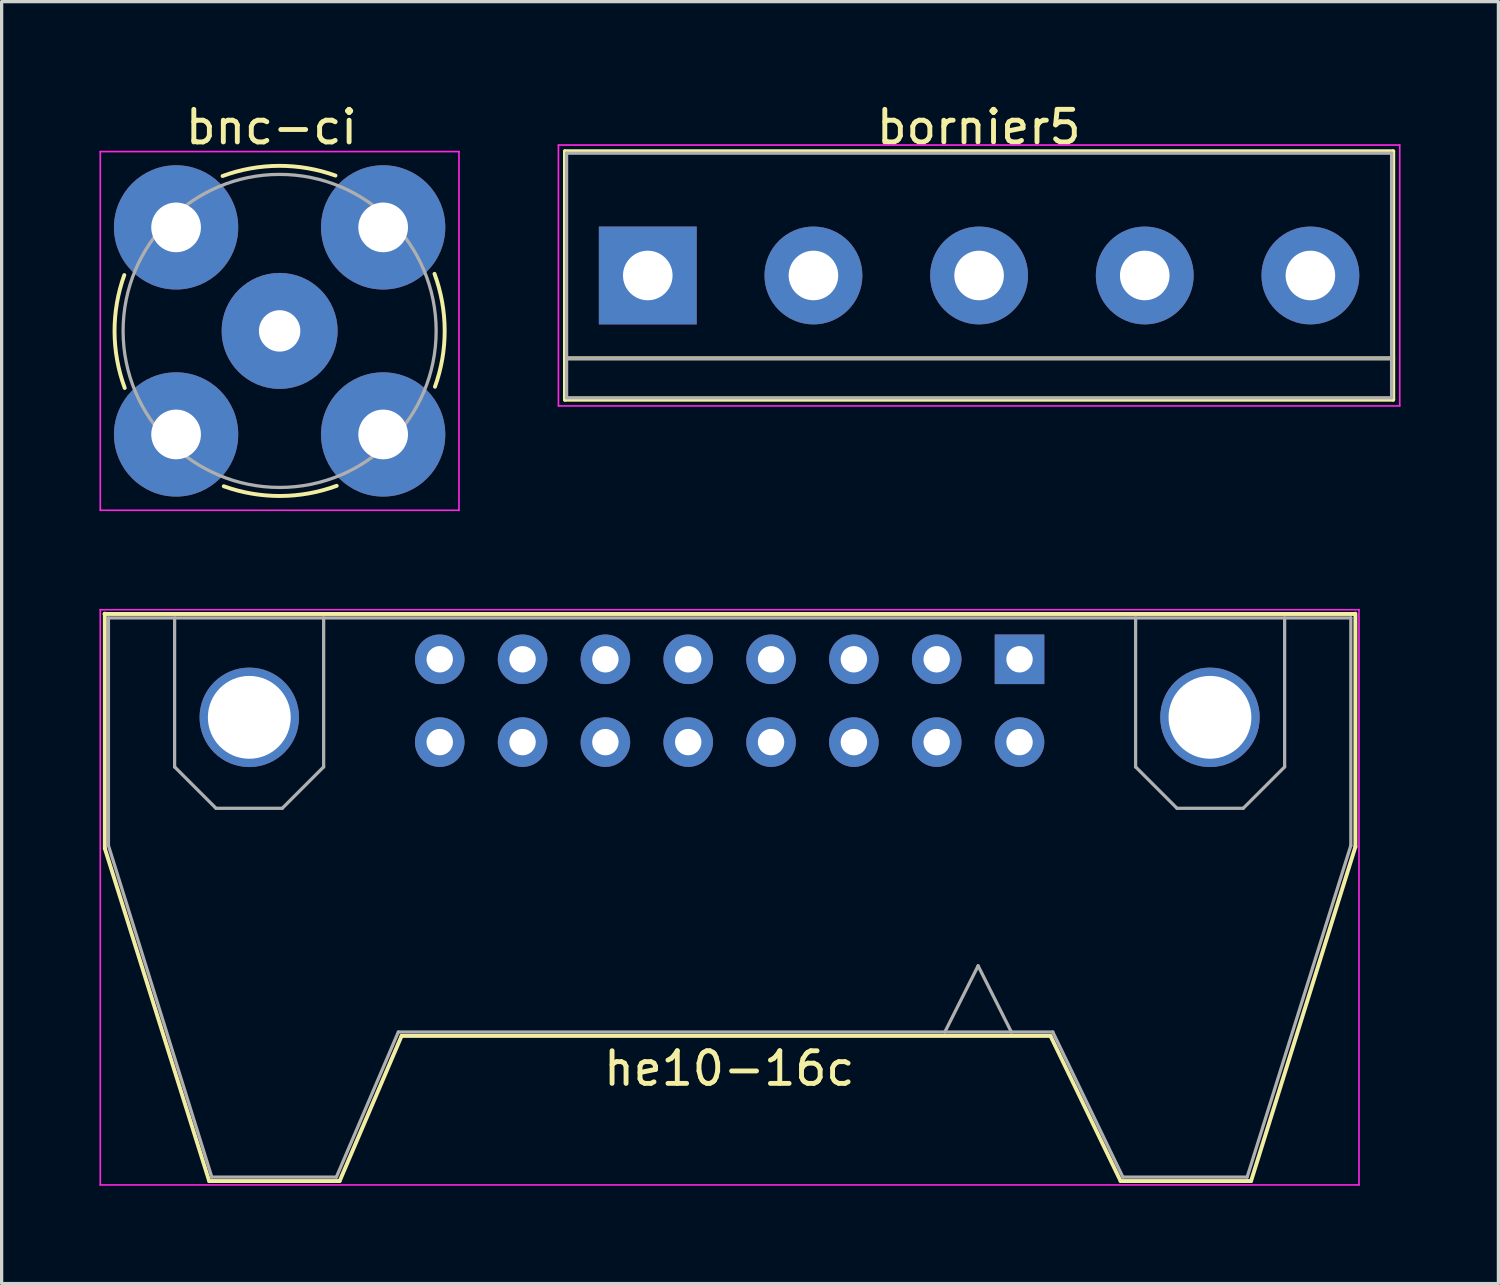
<source format=kicad_pcb>
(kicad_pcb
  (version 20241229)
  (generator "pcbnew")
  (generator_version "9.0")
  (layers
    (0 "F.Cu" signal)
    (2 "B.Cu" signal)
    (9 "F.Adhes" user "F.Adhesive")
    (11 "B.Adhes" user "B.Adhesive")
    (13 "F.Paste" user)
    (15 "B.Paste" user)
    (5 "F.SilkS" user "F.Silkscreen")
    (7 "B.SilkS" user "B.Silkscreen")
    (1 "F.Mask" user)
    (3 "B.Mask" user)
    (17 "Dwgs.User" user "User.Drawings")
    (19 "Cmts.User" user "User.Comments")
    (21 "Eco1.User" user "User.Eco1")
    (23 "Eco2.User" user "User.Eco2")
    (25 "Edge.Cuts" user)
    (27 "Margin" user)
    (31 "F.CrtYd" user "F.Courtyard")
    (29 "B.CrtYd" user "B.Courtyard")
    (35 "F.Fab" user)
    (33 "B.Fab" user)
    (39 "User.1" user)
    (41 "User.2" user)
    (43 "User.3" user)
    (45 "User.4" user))
  (footprint "he10-16c"
    (layer "F.Cu")
    (at 28.215 17.168)
    (property "Reference" "he10-16c" (at -8.9 12.55 0) (layer "F.SilkS") (effects (font (size 1 1) (thickness 0.15))))
    (attr through_hole)
    (fp_line (start -28.06 -1.39) (end 10.28 -1.39) (stroke (width 0.12) (type solid)) (layer "F.SilkS"))
    (fp_line (start -28.05 5.8) (end -28.05 -1.4) (stroke (width 0.12) (type solid)) (layer "F.SilkS"))
    (fp_line (start -24.85 16) (end -28.05 5.8) (stroke (width 0.12) (type solid)) (layer "F.SilkS"))
    (fp_line (start -20.85 16) (end -24.85 16) (stroke (width 0.12) (type solid)) (layer "F.SilkS"))
    (fp_line (start -18.95 11.55) (end -20.85 16) (stroke (width 0.12) (type solid)) (layer "F.SilkS"))
    (fp_line (start 0.95 11.55) (end -18.95 11.55) (stroke (width 0.12) (type solid)) (layer "F.SilkS"))
    (fp_line (start 3.1 16) (end 0.95 11.55) (stroke (width 0.12) (type solid)) (layer "F.SilkS"))
    (fp_line (start 7.1 16) (end 3.1 16) (stroke (width 0.12) (type solid)) (layer "F.SilkS"))
    (fp_line (start 10.3 -1.4) (end 10.3 5.75) (stroke (width 0.12) (type solid)) (layer "F.SilkS"))
    (fp_line (start 10.3 5.75) (end 7.1 16) (stroke (width 0.12) (type solid)) (layer "F.SilkS"))
    (fp_line (start -28.19 -1.52) (end -28.19 16.12) (stroke (width 0.05) (type solid)) (layer "F.CrtYd"))
    (fp_line (start -28.19 -1.52) (end 10.41 -1.52) (stroke (width 0.05) (type solid)) (layer "F.CrtYd"))
    (fp_line (start 10.41 16.12) (end -28.19 16.12) (stroke (width 0.05) (type solid)) (layer "F.CrtYd"))
    (fp_line (start 10.41 16.12) (end 10.41 -1.52) (stroke (width 0.05) (type solid)) (layer "F.CrtYd"))
    (fp_line (start -27.94 -1.27) (end -27.94 5.71) (stroke (width 0.1) (type solid)) (layer "F.Fab"))
    (fp_line (start -27.94 -1.27) (end 10.16 -1.27) (stroke (width 0.1) (type solid)) (layer "F.Fab"))
    (fp_line (start -27.94 5.71) (end -24.77 15.88) (stroke (width 0.1) (type solid)) (layer "F.Fab"))
    (fp_line (start -25.91 3.3) (end -25.91 -1.27) (stroke (width 0.1) (type solid)) (layer "F.Fab"))
    (fp_line (start -24.77 15.88) (end -20.95 15.88) (stroke (width 0.1) (type solid)) (layer "F.Fab"))
    (fp_line (start -24.64 4.57) (end -25.91 3.3) (stroke (width 0.1) (type solid)) (layer "F.Fab"))
    (fp_line (start -22.61 4.57) (end -24.64 4.57) (stroke (width 0.1) (type solid)) (layer "F.Fab"))
    (fp_line (start -21.34 -1.27) (end -21.34 3.3) (stroke (width 0.1) (type solid)) (layer "F.Fab"))
    (fp_line (start -21.34 3.3) (end -22.61 4.57) (stroke (width 0.1) (type solid)) (layer "F.Fab"))
    (fp_line (start -20.95 15.88) (end -19.05 11.43) (stroke (width 0.1) (type solid)) (layer "F.Fab"))
    (fp_line (start -19.05 11.43) (end 1.02 11.43) (stroke (width 0.1) (type solid)) (layer "F.Fab"))
    (fp_line (start -1.27 9.4) (end -2.29 11.43) (stroke (width 0.1) (type solid)) (layer "F.Fab"))
    (fp_line (start -0.25 11.43) (end -1.27 9.4) (stroke (width 0.1) (type solid)) (layer "F.Fab"))
    (fp_line (start 3.17 15.88) (end 1.02 11.43) (stroke (width 0.1) (type solid)) (layer "F.Fab"))
    (fp_line (start 3.56 3.3) (end 3.56 -1.27) (stroke (width 0.1) (type solid)) (layer "F.Fab"))
    (fp_line (start 4.83 4.57) (end 3.56 3.3) (stroke (width 0.1) (type solid)) (layer "F.Fab"))
    (fp_line (start 6.86 4.57) (end 4.83 4.57) (stroke (width 0.1) (type solid)) (layer "F.Fab"))
    (fp_line (start 6.98 15.88) (end 3.17 15.88) (stroke (width 0.1) (type solid)) (layer "F.Fab"))
    (fp_line (start 8.13 -1.27) (end 8.13 3.3) (stroke (width 0.1) (type solid)) (layer "F.Fab"))
    (fp_line (start 8.13 3.3) (end 6.86 4.57) (stroke (width 0.1) (type solid)) (layer "F.Fab"))
    (fp_line (start 10.16 -1.27) (end 10.16 5.71) (stroke (width 0.1) (type solid)) (layer "F.Fab"))
    (fp_line (start 10.16 5.71) (end 6.98 15.88) (stroke (width 0.1) (type solid)) (layer "F.Fab"))
    (pad "0" thru_hole circle (at -23.62 1.78) (size 3.05 3.05) (drill 2.54) (layers "*.Cu" "*.Mask"))
    (pad "0" thru_hole circle (at 5.84 1.78) (size 3.05 3.05) (drill 2.54) (layers "*.Cu" "*.Mask"))
    (pad "1" thru_hole rect (at 0 0) (size 1.52 1.52) (drill 0.81) (layers "*.Cu" "*.Mask"))
    (pad "2" thru_hole circle (at 0 2.54) (size 1.52 1.52) (drill 0.81) (layers "*.Cu" "*.Mask"))
    (pad "3" thru_hole circle (at -2.54 0) (size 1.52 1.52) (drill 0.81) (layers "*.Cu" "*.Mask"))
    (pad "4" thru_hole circle (at -2.54 2.54) (size 1.52 1.52) (drill 0.81) (layers "*.Cu" "*.Mask"))
    (pad "5" thru_hole circle (at -5.08 0) (size 1.52 1.52) (drill 0.81) (layers "*.Cu" "*.Mask"))
    (pad "6" thru_hole circle (at -5.08 2.54) (size 1.52 1.52) (drill 0.81) (layers "*.Cu" "*.Mask"))
    (pad "7" thru_hole circle (at -7.62 0) (size 1.52 1.52) (drill 0.81) (layers "*.Cu" "*.Mask"))
    (pad "8" thru_hole circle (at -7.62 2.54) (size 1.52 1.52) (drill 0.81) (layers "*.Cu" "*.Mask"))
    (pad "9" thru_hole circle (at -10.16 0) (size 1.52 1.52) (drill 0.81) (layers "*.Cu" "*.Mask"))
    (pad "10" thru_hole circle (at -10.16 2.54) (size 1.52 1.52) (drill 0.81) (layers "*.Cu" "*.Mask"))
    (pad "11" thru_hole circle (at -12.7 0) (size 1.52 1.52) (drill 0.81) (layers "*.Cu" "*.Mask"))
    (pad "12" thru_hole circle (at -12.7 2.54) (size 1.52 1.52) (drill 0.81) (layers "*.Cu" "*.Mask"))
    (pad "13" thru_hole circle (at -15.24 0) (size 1.52 1.52) (drill 0.81) (layers "*.Cu" "*.Mask"))
    (pad "14" thru_hole circle (at -15.24 2.54) (size 1.52 1.52) (drill 0.81) (layers "*.Cu" "*.Mask"))
    (pad "15" thru_hole circle (at -17.78 0) (size 1.52 1.52) (drill 0.81) (layers "*.Cu" "*.Mask"))
    (pad "16" thru_hole circle (at -17.78 2.54) (size 1.52 1.52) (drill 0.81) (layers "*.Cu" "*.Mask")))
  (footprint "bnc-ci"
    (layer "F.Cu")
    (at 5.525 7.098)
    (property "Reference" "bnc-ci" (at -0.25 -6.25 0) (layer "F.SilkS") (effects (font (size 1 1) (thickness 0.15))))
    (attr through_hole)
    (fp_arc (start -4.75 1.75) (mid -5.062075 0.019867) (end -4.763589 -1.712663) (stroke (width 0.12) (type solid)) (layer "F.SilkS"))
    (fp_arc (start -1.75 -4.75) (mid -0.019867 -5.062075) (end 1.712663 -4.763589) (stroke (width 0.12) (type solid)) (layer "F.SilkS"))
    (fp_arc (start 1.75 4.75) (mid 0.019867 5.062075) (end -1.712663 4.763589) (stroke (width 0.12) (type solid)) (layer "F.SilkS"))
    (fp_arc (start 4.75 -1.75) (mid 5.062075 -0.019867) (end 4.763589 1.712663) (stroke (width 0.12) (type solid)) (layer "F.SilkS"))
    (fp_line (start -5.5 -5.5) (end 5.5 -5.5) (stroke (width 0.05) (type solid)) (layer "F.CrtYd"))
    (fp_line (start -5.5 5.5) (end -5.5 -5.5) (stroke (width 0.05) (type solid)) (layer "F.CrtYd"))
    (fp_line (start 5.5 -5.5) (end 5.5 5.5) (stroke (width 0.05) (type solid)) (layer "F.CrtYd"))
    (fp_line (start 5.5 5.5) (end -5.5 5.5) (stroke (width 0.05) (type solid)) (layer "F.CrtYd"))
    (fp_circle (center 0 0) (end 4.8 0) (stroke (width 0.1) (type solid)) (fill no) (layer "F.Fab"))
    (pad "1" thru_hole circle (at 0 0) (size 3.556 3.556) (drill 1.27) (layers "*.Cu" "*.Mask"))
    (pad "2" thru_hole circle (at -3.175 -3.175) (size 3.81 3.81) (drill 1.524) (layers "*.Cu" "*.Mask"))
    (pad "2" thru_hole circle (at -3.175 3.175) (size 3.81 3.81) (drill 1.524) (layers "*.Cu" "*.Mask"))
    (pad "2" thru_hole circle (at 3.175 -3.175) (size 3.81 3.81) (drill 1.524) (layers "*.Cu" "*.Mask"))
    (pad "2" thru_hole circle (at 3.175 3.175) (size 3.81 3.81) (drill 1.524) (layers "*.Cu" "*.Mask")))
  (footprint "bornier5"
    (layer "F.Cu")
    (at 16.815 5.398)
    (property "Reference" "bornier5" (at 10.15 -4.55 0) (layer "F.SilkS") (effects (font (size 1 1) (thickness 0.15))))
    (attr through_hole)
    (fp_line (start -2.54 -3.81) (end -2.54 3.81) (stroke (width 0.12) (type solid)) (layer "F.SilkS"))
    (fp_line (start -2.54 -3.81) (end 22.86 -3.81) (stroke (width 0.12) (type solid)) (layer "F.SilkS"))
    (fp_line (start -2.54 2.54) (end 22.86 2.54) (stroke (width 0.12) (type solid)) (layer "F.SilkS"))
    (fp_line (start -2.54 3.81) (end 22.86 3.81) (stroke (width 0.12) (type solid)) (layer "F.SilkS"))
    (fp_line (start 22.86 -3.81) (end 22.86 3.81) (stroke (width 0.12) (type solid)) (layer "F.SilkS"))
    (fp_line (start -2.74 -4) (end -2.74 4) (stroke (width 0.05) (type solid)) (layer "F.CrtYd"))
    (fp_line (start -2.74 -4) (end 23.06 -4) (stroke (width 0.05) (type solid)) (layer "F.CrtYd"))
    (fp_line (start 23.06 4) (end -2.74 4) (stroke (width 0.05) (type solid)) (layer "F.CrtYd"))
    (fp_line (start 23.06 4) (end 23.06 -4) (stroke (width 0.05) (type solid)) (layer "F.CrtYd"))
    (fp_line (start -2.49 -3.75) (end -2.49 3.75) (stroke (width 0.1) (type solid)) (layer "F.Fab"))
    (fp_line (start -2.49 2.55) (end 22.81 2.55) (stroke (width 0.1) (type solid)) (layer "F.Fab"))
    (fp_line (start -2.49 3.75) (end 22.81 3.75) (stroke (width 0.1) (type solid)) (layer "F.Fab"))
    (fp_line (start 22.81 -3.75) (end -2.49 -3.75) (stroke (width 0.1) (type solid)) (layer "F.Fab"))
    (fp_line (start 22.81 3.75) (end 22.81 -3.75) (stroke (width 0.1) (type solid)) (layer "F.Fab"))
    (pad "1" thru_hole rect (at 0 0) (size 3 3) (drill 1.52) (layers "*.Cu" "*.Mask"))
    (pad "2" thru_hole circle (at 5.08 0) (size 3 3) (drill 1.52) (layers "*.Cu" "*.Mask"))
    (pad "3" thru_hole circle (at 10.16 0) (size 3 3) (drill 1.52) (layers "*.Cu" "*.Mask"))
    (pad "4" thru_hole circle (at 15.24 0) (size 3 3) (drill 1.52) (layers "*.Cu" "*.Mask"))
    (pad "5" thru_hole circle (at 20.32 0) (size 3 3) (drill 1.52) (layers "*.Cu" "*.Mask")))
  (gr_rect
    (start -3 -3)
    (end 42.9 36.313)
    (stroke (width 0.1) (type default))
    (fill no)
    (layer "Edge.Cuts")))
</source>
